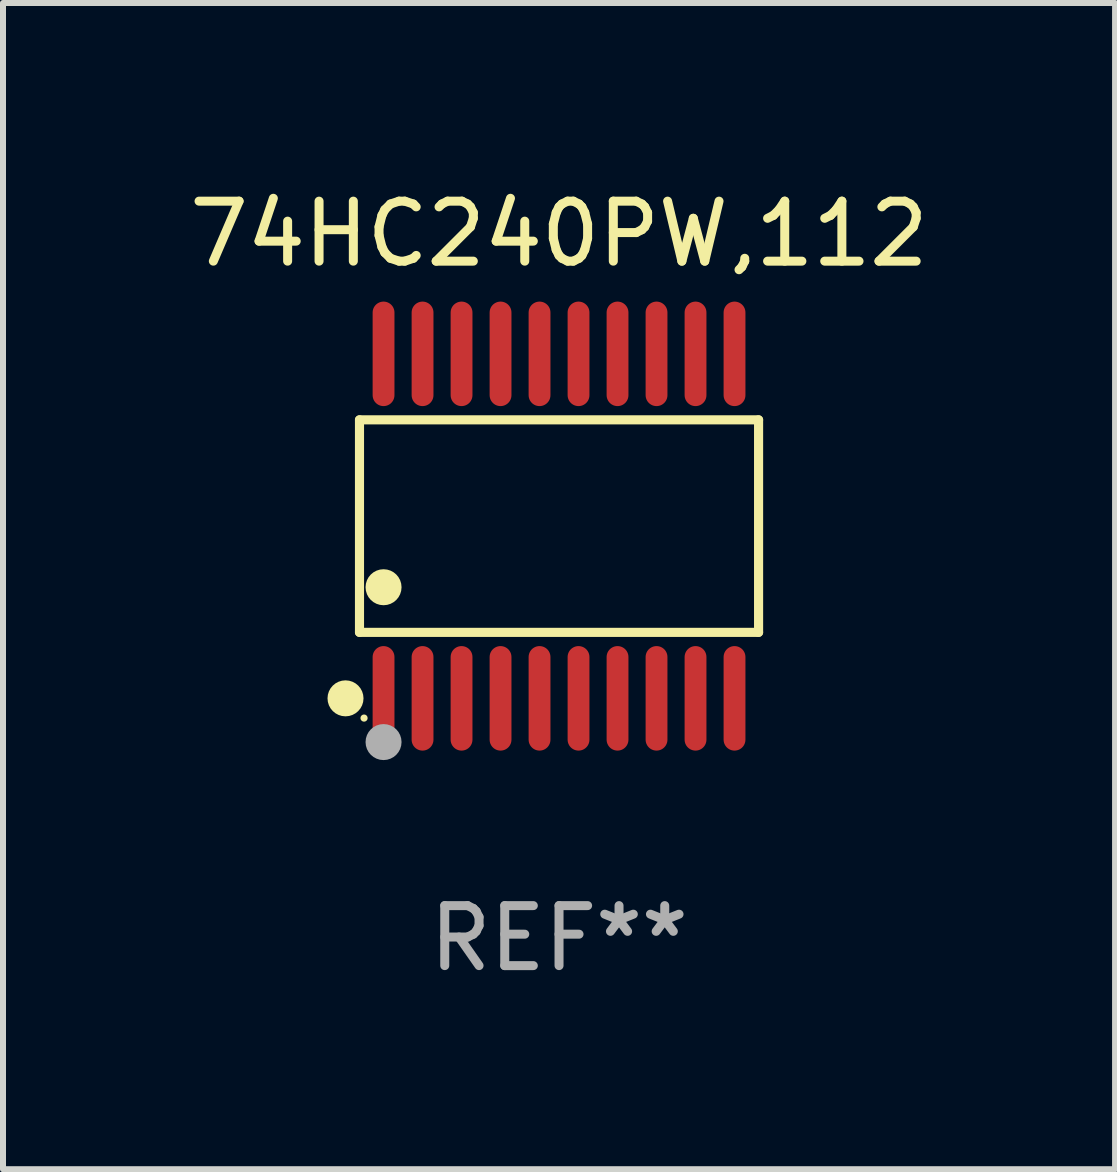
<source format=kicad_pcb>
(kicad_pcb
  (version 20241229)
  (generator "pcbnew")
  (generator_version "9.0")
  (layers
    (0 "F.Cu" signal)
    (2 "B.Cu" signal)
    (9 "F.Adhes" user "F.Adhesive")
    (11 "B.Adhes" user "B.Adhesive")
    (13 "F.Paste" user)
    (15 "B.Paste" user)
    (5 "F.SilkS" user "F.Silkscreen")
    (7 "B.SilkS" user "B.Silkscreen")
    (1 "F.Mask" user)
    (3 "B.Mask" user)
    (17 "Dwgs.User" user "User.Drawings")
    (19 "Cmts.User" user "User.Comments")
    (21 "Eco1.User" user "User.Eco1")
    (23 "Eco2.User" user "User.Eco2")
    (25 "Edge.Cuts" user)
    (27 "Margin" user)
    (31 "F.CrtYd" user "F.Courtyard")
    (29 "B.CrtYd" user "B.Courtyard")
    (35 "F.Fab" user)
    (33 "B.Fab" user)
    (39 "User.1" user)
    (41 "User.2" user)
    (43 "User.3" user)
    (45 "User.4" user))
  (footprint "74HC240PW,112"
    (layer "F.Cu")
    (at 6.268 5.719)
    (property "Reference" "74HC240PW,112" (at 0 -4.871 0) (layer "F.SilkS") (effects (font (size 1 1) (thickness 0.15))))
    (attr through_hole)
    (fp_line (start -3.326 -1.771) (end 3.326 -1.771) (stroke (width 0.152) (type solid)) (layer "F.SilkS"))
    (fp_line (start -3.326 1.771) (end -3.326 -1.771) (stroke (width 0.152) (type solid)) (layer "F.SilkS"))
    (fp_line (start 3.326 -1.771) (end 3.326 1.771) (stroke (width 0.152) (type solid)) (layer "F.SilkS"))
    (fp_line (start 3.326 1.771) (end -3.326 1.771) (stroke (width 0.152) (type solid)) (layer "F.SilkS"))
    (fp_circle (center -3.559 2.871) (end -3.409 2.871) (stroke (width 0.3) (type solid)) (fill no) (layer "F.SilkS"))
    (fp_circle (center -3.25 3.2) (end -3.22 3.2) (stroke (width 0.06) (type solid)) (fill no) (layer "F.SilkS"))
    (fp_circle (center -2.925 1.019) (end -2.775 1.019) (stroke (width 0.3) (type solid)) (fill no) (layer "F.SilkS"))
    (fp_circle (center -2.925 3.6) (end -2.775 3.6) (stroke (width 0.3) (type solid)) (fill no) (layer "F.Fab"))
    (fp_text user "REF**" (at 0 6.871 0) (layer "F.Fab") (effects (font (size 1 1) (thickness 0.15))))
    (pad "1" smd oval (at -2.925 2.871) (size 0.364 1.742) (layers "F.Cu" "F.Mask" "F.Paste"))
    (pad "2" smd oval (at -2.275 2.871) (size 0.364 1.742) (layers "F.Cu" "F.Mask" "F.Paste"))
    (pad "3" smd oval (at -1.625 2.871) (size 0.364 1.742) (layers "F.Cu" "F.Mask" "F.Paste"))
    (pad "4" smd oval (at -0.975 2.871) (size 0.364 1.742) (layers "F.Cu" "F.Mask" "F.Paste"))
    (pad "5" smd oval (at -0.325 2.871) (size 0.364 1.742) (layers "F.Cu" "F.Mask" "F.Paste"))
    (pad "6" smd oval (at 0.325 2.871) (size 0.364 1.742) (layers "F.Cu" "F.Mask" "F.Paste"))
    (pad "7" smd oval (at 0.975 2.871) (size 0.364 1.742) (layers "F.Cu" "F.Mask" "F.Paste"))
    (pad "8" smd oval (at 1.625 2.871) (size 0.364 1.742) (layers "F.Cu" "F.Mask" "F.Paste"))
    (pad "9" smd oval (at 2.275 2.871) (size 0.364 1.742) (layers "F.Cu" "F.Mask" "F.Paste"))
    (pad "10" smd oval (at 2.925 2.871) (size 0.364 1.742) (layers "F.Cu" "F.Mask" "F.Paste"))
    (pad "11" smd oval (at 2.925 -2.871) (size 0.364 1.742) (layers "F.Cu" "F.Mask" "F.Paste"))
    (pad "12" smd oval (at 2.275 -2.871) (size 0.364 1.742) (layers "F.Cu" "F.Mask" "F.Paste"))
    (pad "13" smd oval (at 1.625 -2.871) (size 0.364 1.742) (layers "F.Cu" "F.Mask" "F.Paste"))
    (pad "14" smd oval (at 0.975 -2.871) (size 0.364 1.742) (layers "F.Cu" "F.Mask" "F.Paste"))
    (pad "15" smd oval (at 0.325 -2.871) (size 0.364 1.742) (layers "F.Cu" "F.Mask" "F.Paste"))
    (pad "16" smd oval (at -0.325 -2.871) (size 0.364 1.742) (layers "F.Cu" "F.Mask" "F.Paste"))
    (pad "17" smd oval (at -0.975 -2.871) (size 0.364 1.742) (layers "F.Cu" "F.Mask" "F.Paste"))
    (pad "18" smd oval (at -1.625 -2.871) (size 0.364 1.742) (layers "F.Cu" "F.Mask" "F.Paste"))
    (pad "19" smd oval (at -2.275 -2.871) (size 0.364 1.742) (layers "F.Cu" "F.Mask" "F.Paste"))
    (pad "20" smd oval (at -2.925 -2.871) (size 0.364 1.742) (layers "F.Cu" "F.Mask" "F.Paste")))
  (gr_rect
    (start -3 -3)
    (end 15.536 16.438)
    (stroke (width 0.1) (type default))
    (fill no)
    (layer "Edge.Cuts")))
</source>
